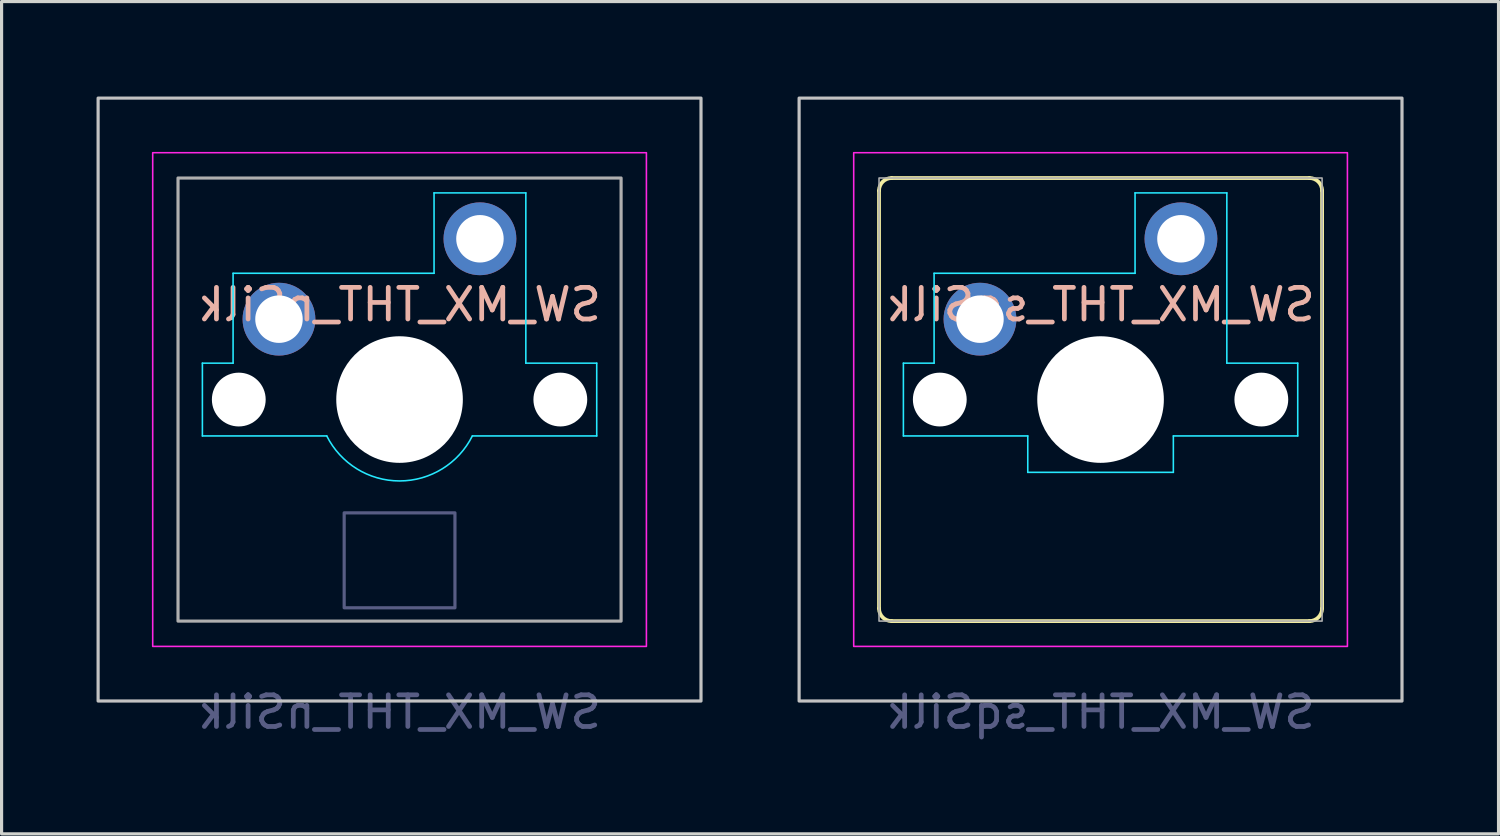
<source format=kicad_pcb>
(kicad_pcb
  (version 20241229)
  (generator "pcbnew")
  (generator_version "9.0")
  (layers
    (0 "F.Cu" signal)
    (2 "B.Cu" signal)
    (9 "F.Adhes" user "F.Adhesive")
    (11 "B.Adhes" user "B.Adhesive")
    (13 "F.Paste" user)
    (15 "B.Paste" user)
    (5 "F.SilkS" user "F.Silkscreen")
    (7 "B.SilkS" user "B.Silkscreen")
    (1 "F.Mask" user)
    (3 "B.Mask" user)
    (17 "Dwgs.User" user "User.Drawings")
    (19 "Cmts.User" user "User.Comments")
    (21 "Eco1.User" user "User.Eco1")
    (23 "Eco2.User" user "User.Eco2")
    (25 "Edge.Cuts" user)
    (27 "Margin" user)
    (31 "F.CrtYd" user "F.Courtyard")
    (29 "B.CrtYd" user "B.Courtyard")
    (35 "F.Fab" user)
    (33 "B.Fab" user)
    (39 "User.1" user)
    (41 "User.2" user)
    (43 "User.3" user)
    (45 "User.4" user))
  (footprint "SW_MX_THT_nSilk"
    (layer "F.Cu")
    (at 9.575 9.575)
    (property "Reference" "SW_MX_THT_nSilk" (at 0 -3 0) (layer "B.SilkS") (effects (font (size 1 1) (thickness 0.15)) (justify mirror)))
    (attr through_hole)
    (fp_rect (start -9.525 -9.525) (end 9.525 9.525) (stroke (width 0.1) (type default)) (fill no) (layer "Dwgs.User"))
    (fp_line (start -6.23 -1.15) (end -6.23 1.15) (stroke (width 0.05) (type default)) (layer "B.CrtYd"))
    (fp_line (start -6.23 -1.15) (end -5.26 -1.15) (stroke (width 0.05) (type default)) (layer "B.CrtYd"))
    (fp_line (start -6.23 1.15) (end -2.3 1.15) (stroke (width 0.05) (type default)) (layer "B.CrtYd"))
    (fp_line (start -5.26 -3.99) (end 1.09 -3.99) (stroke (width 0.05) (type default)) (layer "B.CrtYd"))
    (fp_line (start -5.26 -1.15) (end -5.26 -3.99) (stroke (width 0.05) (type default)) (layer "B.CrtYd"))
    (fp_line (start 1.09 -6.53) (end 3.99 -6.53) (stroke (width 0.05) (type default)) (layer "B.CrtYd"))
    (fp_line (start 1.09 -3.99) (end 1.09 -6.53) (stroke (width 0.05) (type default)) (layer "B.CrtYd"))
    (fp_line (start 3.99 -6.53) (end 3.99 -1.15) (stroke (width 0.05) (type default)) (layer "B.CrtYd"))
    (fp_line (start 3.99 -1.15) (end 6.23 -1.15) (stroke (width 0.05) (type default)) (layer "B.CrtYd"))
    (fp_line (start 6.23 -1.15) (end 6.23 1.15) (stroke (width 0.05) (type default)) (layer "B.CrtYd"))
    (fp_line (start 6.23 1.15) (end 2.3 1.15) (stroke (width 0.05) (type default)) (layer "B.CrtYd"))
    (fp_arc (start 2.3 1.15) (mid 0 2.571478) (end -2.3 1.15) (stroke (width 0.05) (type default)) (layer "B.CrtYd"))
    (fp_rect (start -7.8 -7.8) (end 7.8 7.8) (stroke (width 0.05) (type default)) (fill no) (layer "F.CrtYd"))
    (fp_rect (start -1.75 3.58) (end 1.75 6.58) (stroke (width 0.1) (type default)) (fill no) (layer "B.Fab"))
    (fp_rect (start -7 -7) (end 7 7) (stroke (width 0.1) (type default)) (fill no) (layer "F.Fab"))
    (fp_text user "${REFERENCE}" (at 0 9.875 0) (layer "B.Fab") (effects (font (size 1 1) (thickness 0.15)) (justify mirror)))
    (pad "" np_thru_hole circle (at -5.08 0) (size 1.7 1.7) (drill 1.7) (layers "*.Cu" "*.Mask"))
    (pad "" np_thru_hole circle (at 0 0) (size 4 4) (drill 4) (layers "*.Cu" "*.Mask"))
    (pad "" np_thru_hole circle (at 5.08 0) (size 1.7 1.7) (drill 1.7) (layers "*.Cu" "*.Mask"))
    (pad "1" thru_hole circle (at 2.54 -5.08) (size 2.3 2.3) (drill 1.5) (layers "*.Cu" "*.Mask"))
    (pad "2" thru_hole circle (at -3.81 -2.54) (size 2.3 2.3) (drill 1.5) (layers "*.Cu" "*.Mask")))
  (footprint "SW_MX_THT_sqSilk"
    (layer "F.Cu")
    (at 31.725 9.575)
    (property "Reference" "SW_MX_THT_sqSilk" (at 0 -3 0) (layer "B.SilkS") (effects (font (size 1 1) (thickness 0.15)) (justify mirror)))
    (attr through_hole)
    (fp_line (start -7 6.6) (end -7 -6.6) (stroke (width 0.12) (type default)) (layer "F.SilkS"))
    (fp_line (start -6.6 -7) (end 6.6 -7) (stroke (width 0.12) (type default)) (layer "F.SilkS"))
    (fp_line (start 6.6 7) (end -6.6 7) (stroke (width 0.12) (type default)) (layer "F.SilkS"))
    (fp_line (start 7 -6.6) (end 7 6.6) (stroke (width 0.12) (type default)) (layer "F.SilkS"))
    (fp_arc (start -7 -6.6) (mid -6.882843 -6.882843) (end -6.6 -7) (stroke (width 0.12) (type default)) (layer "F.SilkS"))
    (fp_arc (start -6.6 7) (mid -6.882843 6.882843) (end -7 6.6) (stroke (width 0.12) (type default)) (layer "F.SilkS"))
    (fp_arc (start 6.6 -7) (mid 6.882843 -6.882843) (end 7 -6.6) (stroke (width 0.12) (type default)) (layer "F.SilkS"))
    (fp_arc (start 7 6.6) (mid 6.882843 6.882843) (end 6.6 7) (stroke (width 0.12) (type default)) (layer "F.SilkS"))
    (fp_rect (start -9.525 -9.525) (end 9.525 9.525) (stroke (width 0.1) (type default)) (fill no) (layer "Dwgs.User"))
    (fp_line (start -6.23 -1.15) (end -6.23 1.15) (stroke (width 0.05) (type default)) (layer "B.CrtYd"))
    (fp_line (start -6.23 -1.15) (end -5.26 -1.15) (stroke (width 0.05) (type default)) (layer "B.CrtYd"))
    (fp_line (start -6.23 1.15) (end -2.3 1.15) (stroke (width 0.05) (type default)) (layer "B.CrtYd"))
    (fp_line (start -5.26 -3.99) (end 1.09 -3.99) (stroke (width 0.05) (type default)) (layer "B.CrtYd"))
    (fp_line (start -5.26 -1.15) (end -5.26 -3.99) (stroke (width 0.05) (type default)) (layer "B.CrtYd"))
    (fp_line (start -2.3 1.15) (end -2.3 2.3) (stroke (width 0.05) (type default)) (layer "B.CrtYd"))
    (fp_line (start -2.3 2.3) (end 2.3 2.3) (stroke (width 0.05) (type default)) (layer "B.CrtYd"))
    (fp_line (start 1.09 -6.53) (end 3.99 -6.53) (stroke (width 0.05) (type default)) (layer "B.CrtYd"))
    (fp_line (start 1.09 -3.99) (end 1.09 -6.53) (stroke (width 0.05) (type default)) (layer "B.CrtYd"))
    (fp_line (start 2.3 1.15) (end 2.3 2.3) (stroke (width 0.05) (type default)) (layer "B.CrtYd"))
    (fp_line (start 3.99 -6.53) (end 3.99 -1.15) (stroke (width 0.05) (type default)) (layer "B.CrtYd"))
    (fp_line (start 3.99 -1.15) (end 6.23 -1.15) (stroke (width 0.05) (type default)) (layer "B.CrtYd"))
    (fp_line (start 6.23 -1.15) (end 6.23 1.15) (stroke (width 0.05) (type default)) (layer "B.CrtYd"))
    (fp_line (start 6.23 1.15) (end 2.3 1.15) (stroke (width 0.05) (type default)) (layer "B.CrtYd"))
    (fp_rect (start -7.8 -7.8) (end 7.8 7.8) (stroke (width 0.05) (type default)) (fill no) (layer "F.CrtYd"))
    (fp_rect (start -7 -7) (end 7 7) (stroke (width 0.05) (type default)) (fill no) (layer "F.Fab"))
    (fp_text user "${REFERENCE}" (at 0 9.875 0) (layer "B.Fab") (effects (font (size 1 1) (thickness 0.15)) (justify mirror)))
    (pad "" np_thru_hole circle (at -5.08 0) (size 1.7 1.7) (drill 1.7) (layers "*.Cu" "*.Mask"))
    (pad "" np_thru_hole circle (at 0 0) (size 4 4) (drill 4) (layers "*.Cu" "*.Mask"))
    (pad "" np_thru_hole circle (at 5.08 0) (size 1.7 1.7) (drill 1.7) (layers "*.Cu" "*.Mask"))
    (pad "1" thru_hole circle (at 2.54 -5.08) (size 2.3 2.3) (drill 1.5) (layers "*.Cu" "*.Mask"))
    (pad "2" thru_hole circle (at -3.81 -2.54) (size 2.3 2.3) (drill 1.5) (layers "*.Cu" "*.Mask")))
  (gr_rect
    (start -3 -3)
    (end 44.3 23.298)
    (stroke (width 0.1) (type default))
    (fill no)
    (layer "Edge.Cuts")))
</source>
